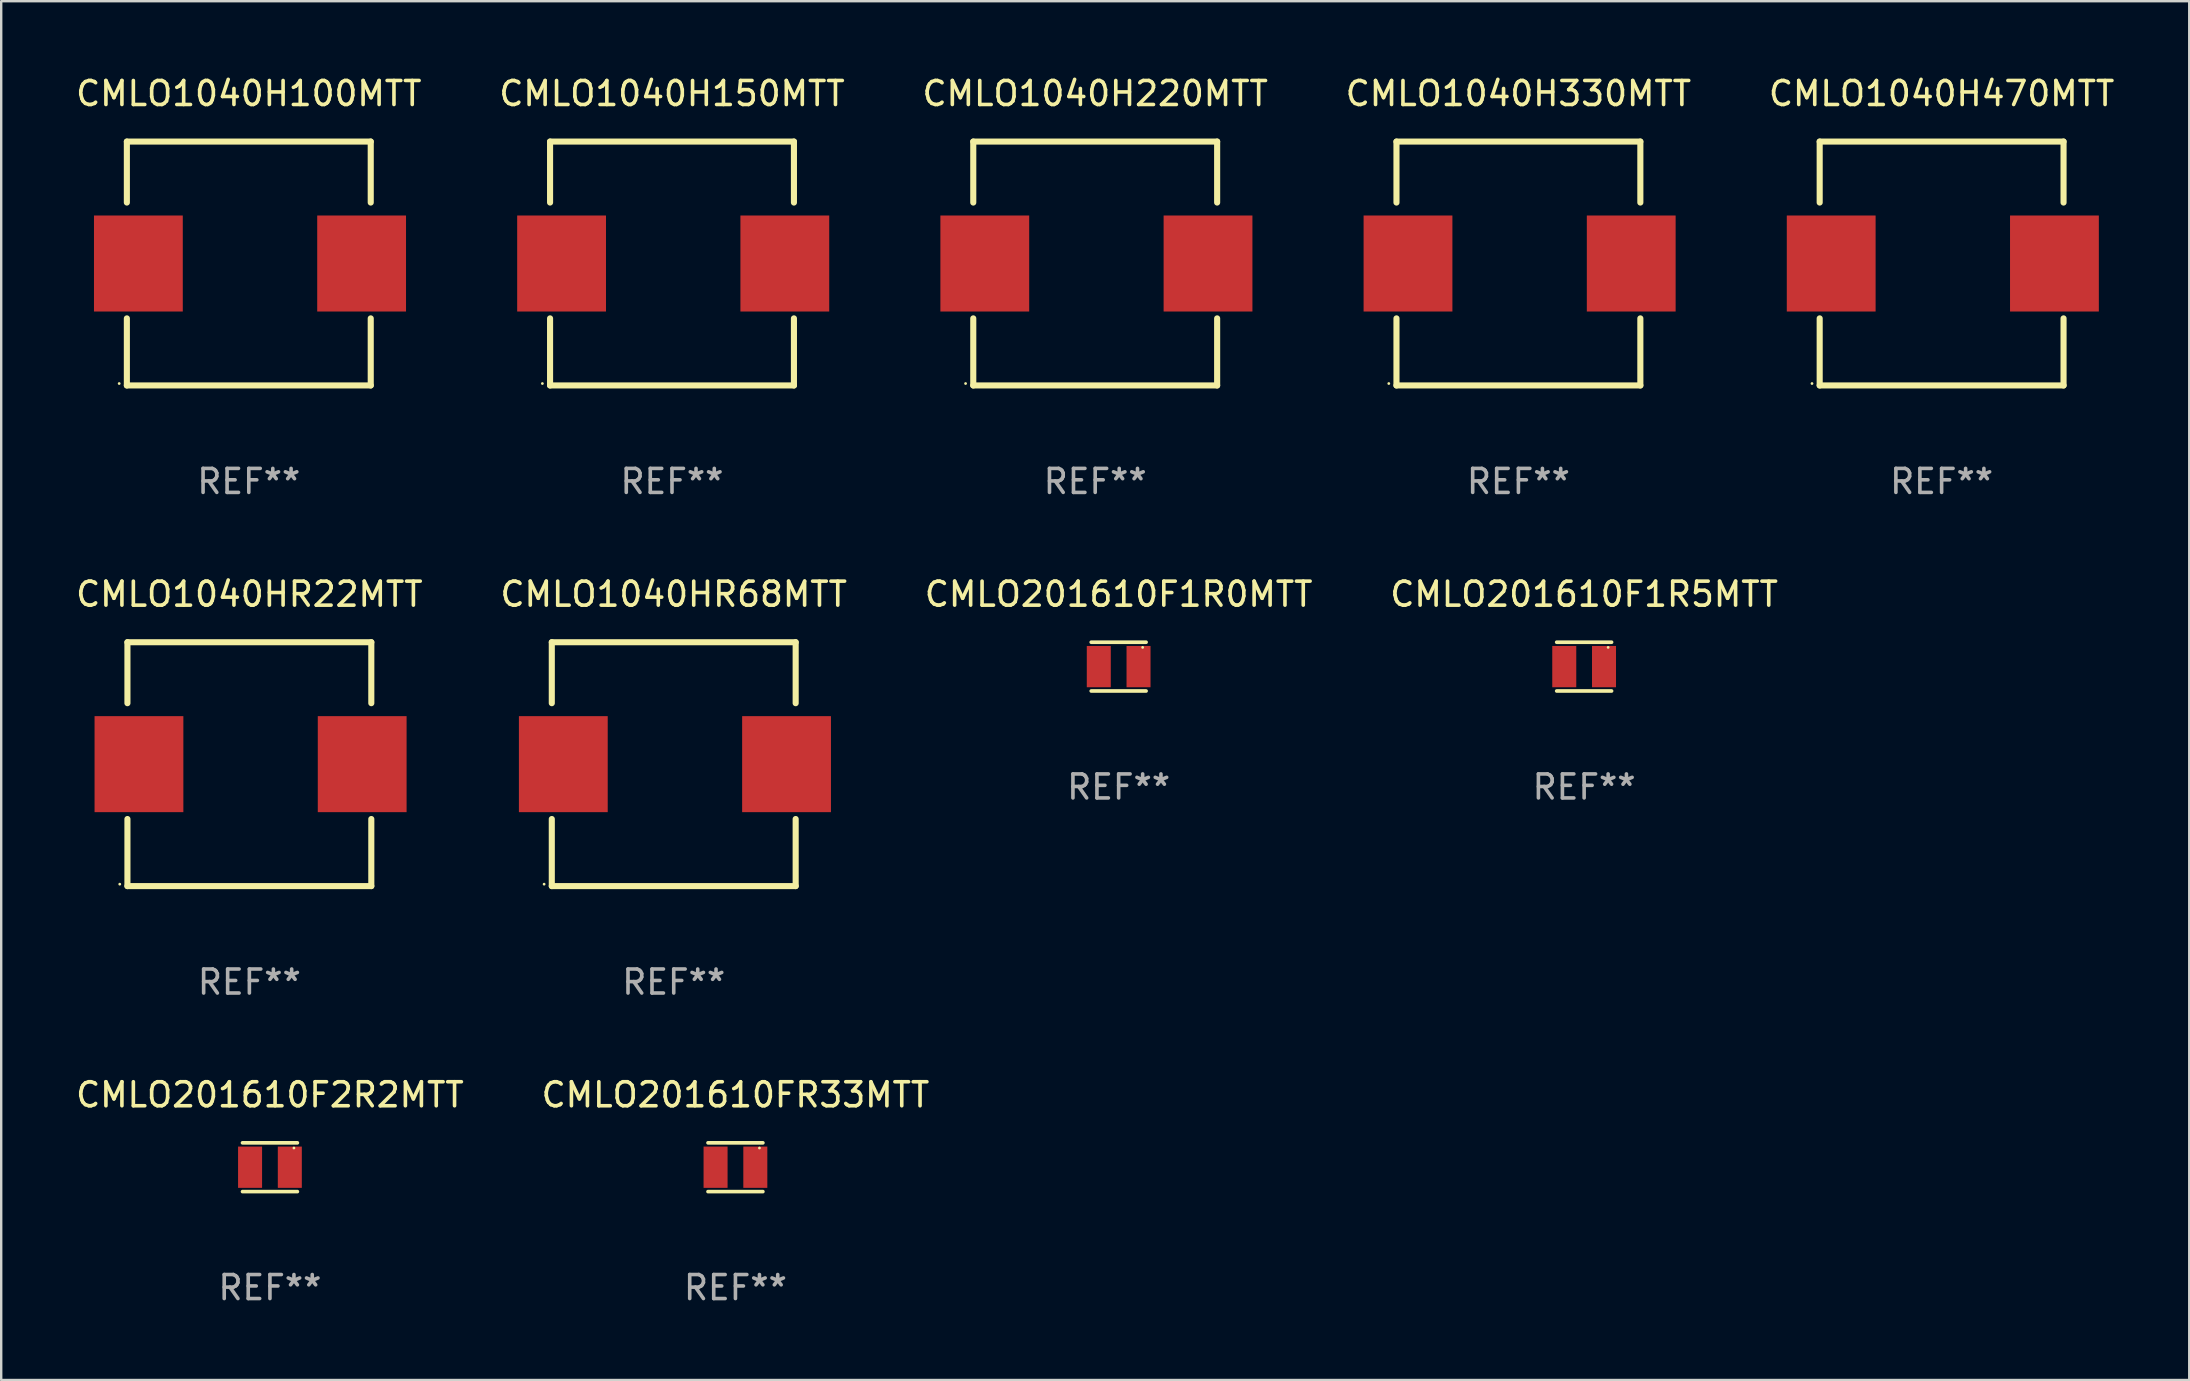
<source format=kicad_pcb>
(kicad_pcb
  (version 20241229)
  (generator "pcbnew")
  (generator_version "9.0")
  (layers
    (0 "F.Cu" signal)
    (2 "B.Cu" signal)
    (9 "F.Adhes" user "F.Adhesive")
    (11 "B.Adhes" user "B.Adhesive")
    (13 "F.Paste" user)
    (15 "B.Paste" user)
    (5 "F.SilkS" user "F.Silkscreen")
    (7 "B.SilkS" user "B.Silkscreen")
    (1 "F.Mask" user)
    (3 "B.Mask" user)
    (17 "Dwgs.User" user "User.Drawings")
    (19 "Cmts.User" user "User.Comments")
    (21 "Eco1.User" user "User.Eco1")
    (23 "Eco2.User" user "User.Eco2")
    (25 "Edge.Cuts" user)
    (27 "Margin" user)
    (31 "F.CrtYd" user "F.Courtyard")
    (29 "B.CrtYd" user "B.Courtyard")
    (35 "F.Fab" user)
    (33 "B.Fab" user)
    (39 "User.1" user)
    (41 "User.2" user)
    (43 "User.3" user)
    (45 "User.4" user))
  (footprint "CMLO1040H100MTT"
    (layer "F.Cu")
    (at 7.315 7.928)
    (property "Reference" "CMLO1040H100MTT" (at 0 -7.08 0) (layer "F.SilkS") (effects (font (size 1 1) (thickness 0.15))))
    (attr through_hole)
    (fp_line (start -5.08 -5.08) (end -5.08 -2.54) (stroke (width 0.254) (type solid)) (layer "F.SilkS"))
    (fp_line (start -5.08 -5.08) (end 5.08 -5.08) (stroke (width 0.254) (type solid)) (layer "F.SilkS"))
    (fp_line (start -5.08 2.286) (end -5.08 5.08) (stroke (width 0.254) (type solid)) (layer "F.SilkS"))
    (fp_line (start -5.08 5.08) (end 5.08 5.08) (stroke (width 0.254) (type solid)) (layer "F.SilkS"))
    (fp_line (start 5.08 -5.08) (end 5.08 -2.54) (stroke (width 0.254) (type solid)) (layer "F.SilkS"))
    (fp_line (start 5.08 5.08) (end 5.08 2.286) (stroke (width 0.254) (type solid)) (layer "F.SilkS"))
    (fp_circle (center -5.4 5) (end -5.37 5) (stroke (width 0.06) (type solid)) (fill no) (layer "F.SilkS"))
    (fp_text user "REF**" (at 0 9.08 0) (layer "F.Fab") (effects (font (size 1 1) (thickness 0.15))))
    (pad "1" smd rect (at -4.6 0) (size 3.7 4) (layers "F.Cu" "F.Mask" "F.Paste"))
    (pad "2" smd rect (at 4.7 0) (size 3.7 4) (layers "F.Cu" "F.Mask" "F.Paste")))
  (footprint "CMLO1040HR22MTT"
    (layer "F.Cu")
    (at 7.339 28.785)
    (property "Reference" "CMLO1040HR22MTT" (at 0 -7.08 0) (layer "F.SilkS") (effects (font (size 1 1) (thickness 0.15))))
    (attr through_hole)
    (fp_line (start -5.08 -5.08) (end -5.08 -2.54) (stroke (width 0.254) (type solid)) (layer "F.SilkS"))
    (fp_line (start -5.08 -5.08) (end 5.08 -5.08) (stroke (width 0.254) (type solid)) (layer "F.SilkS"))
    (fp_line (start -5.08 2.286) (end -5.08 5.08) (stroke (width 0.254) (type solid)) (layer "F.SilkS"))
    (fp_line (start -5.08 5.08) (end 5.08 5.08) (stroke (width 0.254) (type solid)) (layer "F.SilkS"))
    (fp_line (start 5.08 -5.08) (end 5.08 -2.54) (stroke (width 0.254) (type solid)) (layer "F.SilkS"))
    (fp_line (start 5.08 5.08) (end 5.08 2.286) (stroke (width 0.254) (type solid)) (layer "F.SilkS"))
    (fp_circle (center -5.4 5) (end -5.37 5) (stroke (width 0.06) (type solid)) (fill no) (layer "F.SilkS"))
    (fp_text user "REF**" (at 0 9.08 0) (layer "F.Fab") (effects (font (size 1 1) (thickness 0.15))))
    (pad "1" smd rect (at -4.6 0) (size 3.7 4) (layers "F.Cu" "F.Mask" "F.Paste"))
    (pad "2" smd rect (at 4.7 0) (size 3.7 4) (layers "F.Cu" "F.Mask" "F.Paste")))
  (footprint "CMLO1040H330MTT"
    (layer "F.Cu")
    (at 60.208 7.928)
    (property "Reference" "CMLO1040H330MTT" (at 0 -7.08 0) (layer "F.SilkS") (effects (font (size 1 1) (thickness 0.15))))
    (attr through_hole)
    (fp_line (start -5.08 -5.08) (end -5.08 -2.54) (stroke (width 0.254) (type solid)) (layer "F.SilkS"))
    (fp_line (start -5.08 -5.08) (end 5.08 -5.08) (stroke (width 0.254) (type solid)) (layer "F.SilkS"))
    (fp_line (start -5.08 2.286) (end -5.08 5.08) (stroke (width 0.254) (type solid)) (layer "F.SilkS"))
    (fp_line (start -5.08 5.08) (end 5.08 5.08) (stroke (width 0.254) (type solid)) (layer "F.SilkS"))
    (fp_line (start 5.08 -5.08) (end 5.08 -2.54) (stroke (width 0.254) (type solid)) (layer "F.SilkS"))
    (fp_line (start 5.08 5.08) (end 5.08 2.286) (stroke (width 0.254) (type solid)) (layer "F.SilkS"))
    (fp_circle (center -5.4 5) (end -5.37 5) (stroke (width 0.06) (type solid)) (fill no) (layer "F.SilkS"))
    (fp_text user "REF**" (at 0 9.08 0) (layer "F.Fab") (effects (font (size 1 1) (thickness 0.15))))
    (pad "1" smd rect (at -4.6 0) (size 3.7 4) (layers "F.Cu" "F.Mask" "F.Paste"))
    (pad "2" smd rect (at 4.7 0) (size 3.7 4) (layers "F.Cu" "F.Mask" "F.Paste")))
  (footprint "CMLO201610F2R2MTT"
    (layer "F.Cu")
    (at 8.196 45.577)
    (property "Reference" "CMLO201610F2R2MTT" (at 0 -3.016 0) (layer "F.SilkS") (effects (font (size 1 1) (thickness 0.15))))
    (attr through_hole)
    (fp_line (start -1.143 -1.016) (end 1.143 -1.016) (stroke (width 0.152) (type solid)) (layer "F.SilkS"))
    (fp_line (start 1.143 1.016) (end -1.143 1.016) (stroke (width 0.152) (type solid)) (layer "F.SilkS"))
    (fp_circle (center 1 -0.8) (end 1.03 -0.8) (stroke (width 0.06) (type solid)) (fill no) (layer "F.SilkS"))
    (fp_text user "REF**" (at 0 5.016 0) (layer "F.Fab") (effects (font (size 1 1) (thickness 0.15))))
    (pad "1" smd rect (at 0.828 0) (size 1 1.72) (layers "F.Cu" "F.Mask" "F.Paste"))
    (pad "2" smd rect (at -0.828 0) (size 1 1.72) (layers "F.Cu" "F.Mask" "F.Paste")))
  (footprint "CMLO201610F1R0MTT"
    (layer "F.Cu")
    (at 43.554 24.721)
    (property "Reference" "CMLO201610F1R0MTT" (at 0 -3.016 0) (layer "F.SilkS") (effects (font (size 1 1) (thickness 0.15))))
    (attr through_hole)
    (fp_line (start -1.143 -1.016) (end 1.143 -1.016) (stroke (width 0.152) (type solid)) (layer "F.SilkS"))
    (fp_line (start 1.143 1.016) (end -1.143 1.016) (stroke (width 0.152) (type solid)) (layer "F.SilkS"))
    (fp_circle (center 1 -0.8) (end 1.03 -0.8) (stroke (width 0.06) (type solid)) (fill no) (layer "F.SilkS"))
    (fp_text user "REF**" (at 0 5.016 0) (layer "F.Fab") (effects (font (size 1 1) (thickness 0.15))))
    (pad "1" smd rect (at 0.828 0) (size 1 1.72) (layers "F.Cu" "F.Mask" "F.Paste"))
    (pad "2" smd rect (at -0.828 0) (size 1 1.72) (layers "F.Cu" "F.Mask" "F.Paste")))
  (footprint "CMLO201610F1R5MTT"
    (layer "F.Cu")
    (at 62.946 24.721)
    (property "Reference" "CMLO201610F1R5MTT" (at 0 -3.016 0) (layer "F.SilkS") (effects (font (size 1 1) (thickness 0.15))))
    (attr through_hole)
    (fp_line (start -1.143 -1.016) (end 1.143 -1.016) (stroke (width 0.152) (type solid)) (layer "F.SilkS"))
    (fp_line (start 1.143 1.016) (end -1.143 1.016) (stroke (width 0.152) (type solid)) (layer "F.SilkS"))
    (fp_circle (center 1 -0.8) (end 1.03 -0.8) (stroke (width 0.06) (type solid)) (fill no) (layer "F.SilkS"))
    (fp_text user "REF**" (at 0 5.016 0) (layer "F.Fab") (effects (font (size 1 1) (thickness 0.15))))
    (pad "1" smd rect (at 0.828 0) (size 1 1.72) (layers "F.Cu" "F.Mask" "F.Paste"))
    (pad "2" smd rect (at -0.828 0) (size 1 1.72) (layers "F.Cu" "F.Mask" "F.Paste")))
  (footprint "CMLO1040H150MTT"
    (layer "F.Cu")
    (at 24.946 7.928)
    (property "Reference" "CMLO1040H150MTT" (at 0 -7.08 0) (layer "F.SilkS") (effects (font (size 1 1) (thickness 0.15))))
    (attr through_hole)
    (fp_line (start -5.08 -5.08) (end -5.08 -2.54) (stroke (width 0.254) (type solid)) (layer "F.SilkS"))
    (fp_line (start -5.08 -5.08) (end 5.08 -5.08) (stroke (width 0.254) (type solid)) (layer "F.SilkS"))
    (fp_line (start -5.08 2.286) (end -5.08 5.08) (stroke (width 0.254) (type solid)) (layer "F.SilkS"))
    (fp_line (start -5.08 5.08) (end 5.08 5.08) (stroke (width 0.254) (type solid)) (layer "F.SilkS"))
    (fp_line (start 5.08 -5.08) (end 5.08 -2.54) (stroke (width 0.254) (type solid)) (layer "F.SilkS"))
    (fp_line (start 5.08 5.08) (end 5.08 2.286) (stroke (width 0.254) (type solid)) (layer "F.SilkS"))
    (fp_circle (center -5.4 5) (end -5.37 5) (stroke (width 0.06) (type solid)) (fill no) (layer "F.SilkS"))
    (fp_text user "REF**" (at 0 9.08 0) (layer "F.Fab") (effects (font (size 1 1) (thickness 0.15))))
    (pad "1" smd rect (at -4.6 0) (size 3.7 4) (layers "F.Cu" "F.Mask" "F.Paste"))
    (pad "2" smd rect (at 4.7 0) (size 3.7 4) (layers "F.Cu" "F.Mask" "F.Paste")))
  (footprint "CMLO1040H470MTT"
    (layer "F.Cu")
    (at 77.839 7.928)
    (property "Reference" "CMLO1040H470MTT" (at 0 -7.08 0) (layer "F.SilkS") (effects (font (size 1 1) (thickness 0.15))))
    (attr through_hole)
    (fp_line (start -5.08 -5.08) (end -5.08 -2.54) (stroke (width 0.254) (type solid)) (layer "F.SilkS"))
    (fp_line (start -5.08 -5.08) (end 5.08 -5.08) (stroke (width 0.254) (type solid)) (layer "F.SilkS"))
    (fp_line (start -5.08 2.286) (end -5.08 5.08) (stroke (width 0.254) (type solid)) (layer "F.SilkS"))
    (fp_line (start -5.08 5.08) (end 5.08 5.08) (stroke (width 0.254) (type solid)) (layer "F.SilkS"))
    (fp_line (start 5.08 -5.08) (end 5.08 -2.54) (stroke (width 0.254) (type solid)) (layer "F.SilkS"))
    (fp_line (start 5.08 5.08) (end 5.08 2.286) (stroke (width 0.254) (type solid)) (layer "F.SilkS"))
    (fp_circle (center -5.4 5) (end -5.37 5) (stroke (width 0.06) (type solid)) (fill no) (layer "F.SilkS"))
    (fp_text user "REF**" (at 0 9.08 0) (layer "F.Fab") (effects (font (size 1 1) (thickness 0.15))))
    (pad "1" smd rect (at -4.6 0) (size 3.7 4) (layers "F.Cu" "F.Mask" "F.Paste"))
    (pad "2" smd rect (at 4.7 0) (size 3.7 4) (layers "F.Cu" "F.Mask" "F.Paste")))
  (footprint "CMLO1040HR68MTT"
    (layer "F.Cu")
    (at 25.018 28.785)
    (property "Reference" "CMLO1040HR68MTT" (at 0 -7.08 0) (layer "F.SilkS") (effects (font (size 1 1) (thickness 0.15))))
    (attr through_hole)
    (fp_line (start -5.08 -5.08) (end -5.08 -2.54) (stroke (width 0.254) (type solid)) (layer "F.SilkS"))
    (fp_line (start -5.08 -5.08) (end 5.08 -5.08) (stroke (width 0.254) (type solid)) (layer "F.SilkS"))
    (fp_line (start -5.08 2.286) (end -5.08 5.08) (stroke (width 0.254) (type solid)) (layer "F.SilkS"))
    (fp_line (start -5.08 5.08) (end 5.08 5.08) (stroke (width 0.254) (type solid)) (layer "F.SilkS"))
    (fp_line (start 5.08 -5.08) (end 5.08 -2.54) (stroke (width 0.254) (type solid)) (layer "F.SilkS"))
    (fp_line (start 5.08 5.08) (end 5.08 2.286) (stroke (width 0.254) (type solid)) (layer "F.SilkS"))
    (fp_circle (center -5.4 5) (end -5.37 5) (stroke (width 0.06) (type solid)) (fill no) (layer "F.SilkS"))
    (fp_text user "REF**" (at 0 9.08 0) (layer "F.Fab") (effects (font (size 1 1) (thickness 0.15))))
    (pad "1" smd rect (at -4.6 0) (size 3.7 4) (layers "F.Cu" "F.Mask" "F.Paste"))
    (pad "2" smd rect (at 4.7 0) (size 3.7 4) (layers "F.Cu" "F.Mask" "F.Paste")))
  (footprint "CMLO201610FR33MTT"
    (layer "F.Cu")
    (at 27.589 45.577)
    (property "Reference" "CMLO201610FR33MTT" (at 0 -3.016 0) (layer "F.SilkS") (effects (font (size 1 1) (thickness 0.15))))
    (attr through_hole)
    (fp_line (start -1.143 -1.016) (end 1.143 -1.016) (stroke (width 0.152) (type solid)) (layer "F.SilkS"))
    (fp_line (start 1.143 1.016) (end -1.143 1.016) (stroke (width 0.152) (type solid)) (layer "F.SilkS"))
    (fp_circle (center 1 -0.8) (end 1.03 -0.8) (stroke (width 0.06) (type solid)) (fill no) (layer "F.SilkS"))
    (fp_text user "REF**" (at 0 5.016 0) (layer "F.Fab") (effects (font (size 1 1) (thickness 0.15))))
    (pad "1" smd rect (at 0.828 0) (size 1 1.72) (layers "F.Cu" "F.Mask" "F.Paste"))
    (pad "2" smd rect (at -0.828 0) (size 1 1.72) (layers "F.Cu" "F.Mask" "F.Paste")))
  (footprint "CMLO1040H220MTT"
    (layer "F.Cu")
    (at 42.577 7.928)
    (property "Reference" "CMLO1040H220MTT" (at 0 -7.08 0) (layer "F.SilkS") (effects (font (size 1 1) (thickness 0.15))))
    (attr through_hole)
    (fp_line (start -5.08 -5.08) (end -5.08 -2.54) (stroke (width 0.254) (type solid)) (layer "F.SilkS"))
    (fp_line (start -5.08 -5.08) (end 5.08 -5.08) (stroke (width 0.254) (type solid)) (layer "F.SilkS"))
    (fp_line (start -5.08 2.286) (end -5.08 5.08) (stroke (width 0.254) (type solid)) (layer "F.SilkS"))
    (fp_line (start -5.08 5.08) (end 5.08 5.08) (stroke (width 0.254) (type solid)) (layer "F.SilkS"))
    (fp_line (start 5.08 -5.08) (end 5.08 -2.54) (stroke (width 0.254) (type solid)) (layer "F.SilkS"))
    (fp_line (start 5.08 5.08) (end 5.08 2.286) (stroke (width 0.254) (type solid)) (layer "F.SilkS"))
    (fp_circle (center -5.4 5) (end -5.37 5) (stroke (width 0.06) (type solid)) (fill no) (layer "F.SilkS"))
    (fp_text user "REF**" (at 0 9.08 0) (layer "F.Fab") (effects (font (size 1 1) (thickness 0.15))))
    (pad "1" smd rect (at -4.6 0) (size 3.7 4) (layers "F.Cu" "F.Mask" "F.Paste"))
    (pad "2" smd rect (at 4.7 0) (size 3.7 4) (layers "F.Cu" "F.Mask" "F.Paste")))
  (gr_rect
    (start -3 -3)
    (end 88.155 54.442)
    (stroke (width 0.1) (type default))
    (fill no)
    (layer "Edge.Cuts")))
</source>
